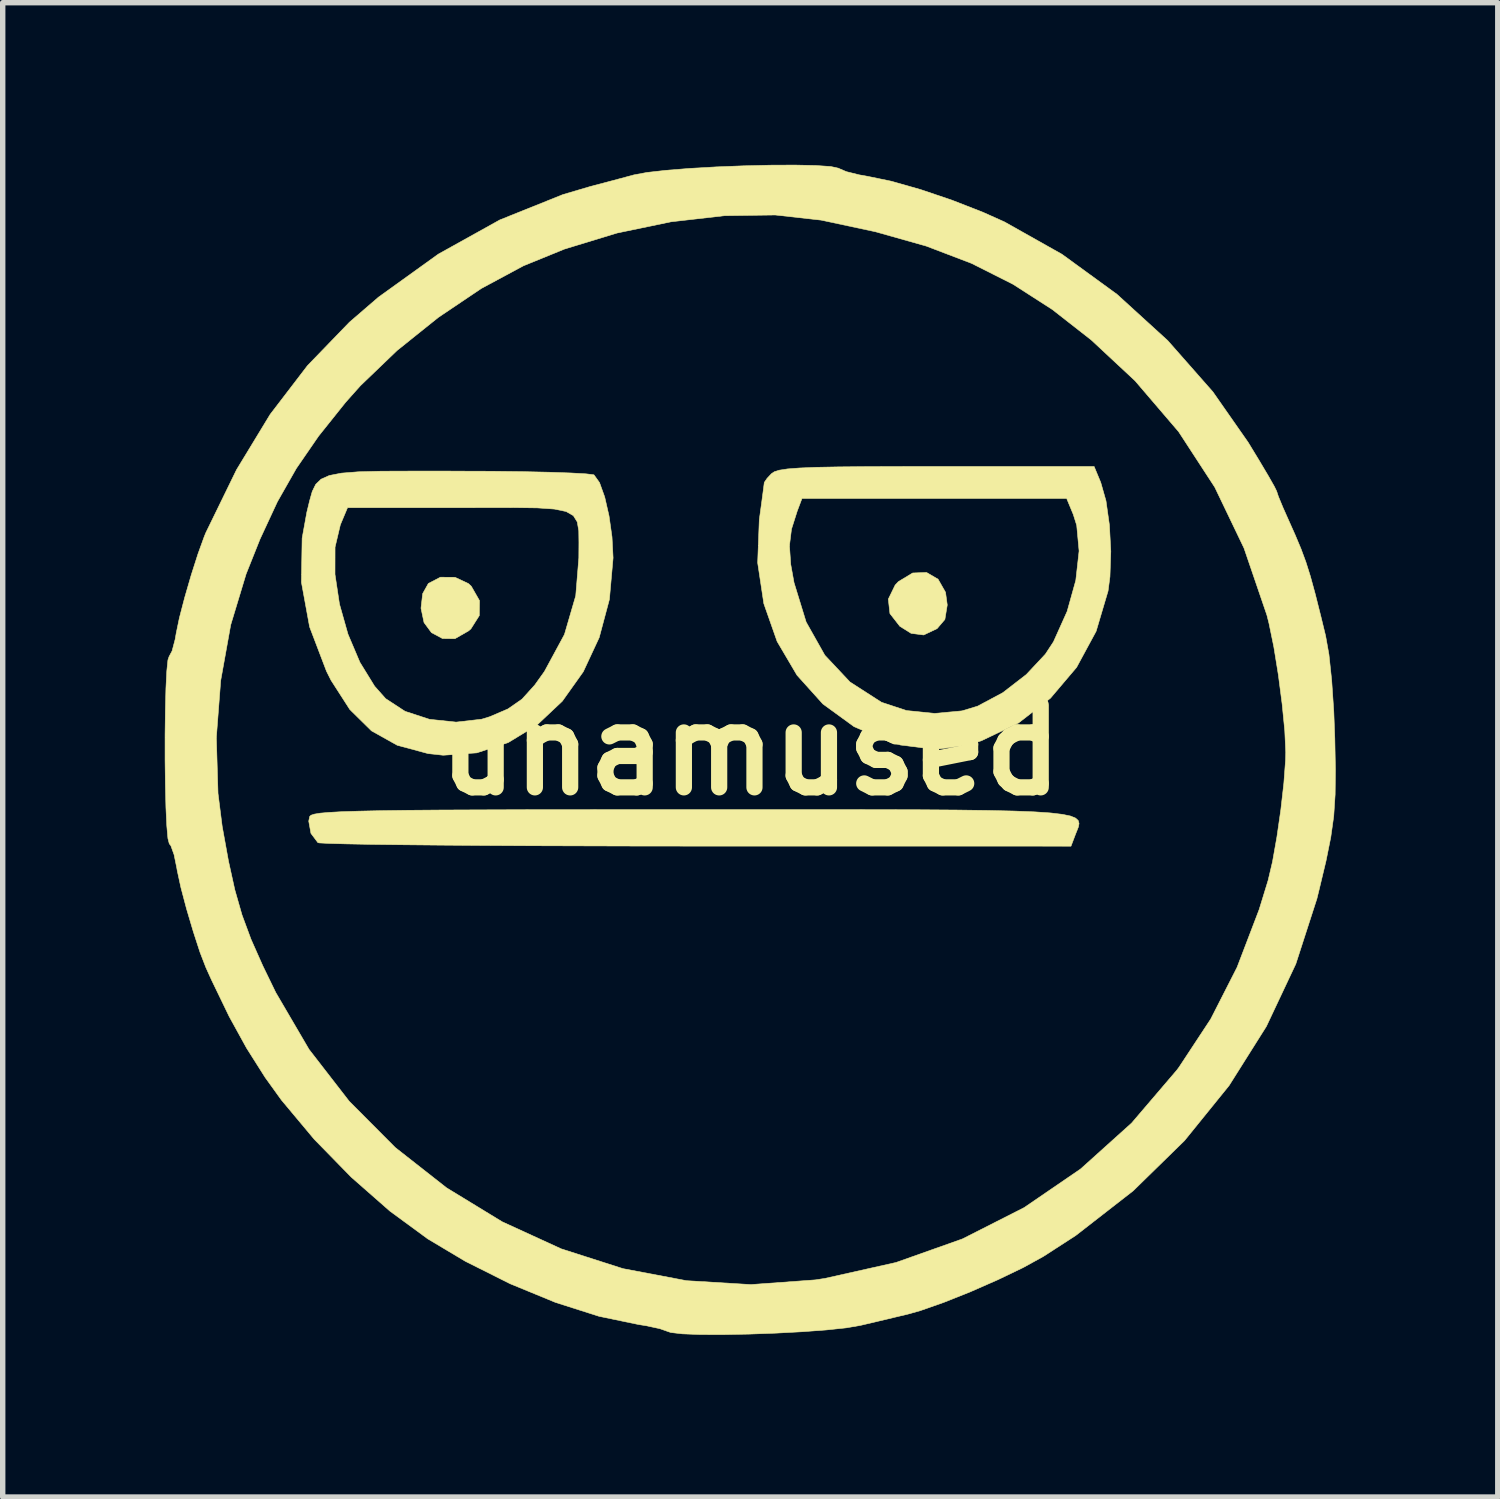
<source format=kicad_pcb>
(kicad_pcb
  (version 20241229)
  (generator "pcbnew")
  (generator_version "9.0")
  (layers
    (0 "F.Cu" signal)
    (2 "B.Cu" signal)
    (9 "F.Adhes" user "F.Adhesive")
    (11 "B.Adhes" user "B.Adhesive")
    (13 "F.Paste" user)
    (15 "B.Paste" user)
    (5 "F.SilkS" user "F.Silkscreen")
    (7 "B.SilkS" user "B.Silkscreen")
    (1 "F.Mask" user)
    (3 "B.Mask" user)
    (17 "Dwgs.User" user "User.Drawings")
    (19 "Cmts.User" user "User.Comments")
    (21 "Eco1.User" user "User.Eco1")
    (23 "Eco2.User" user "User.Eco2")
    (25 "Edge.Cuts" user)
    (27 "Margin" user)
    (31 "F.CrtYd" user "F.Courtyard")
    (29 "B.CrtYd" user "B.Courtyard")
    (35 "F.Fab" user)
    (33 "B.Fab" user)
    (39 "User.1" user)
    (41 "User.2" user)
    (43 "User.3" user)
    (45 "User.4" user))
  (footprint "unamused"
    (layer "F.Cu")
    (at 10.841 10.833)
    (property "Reference" "unamused" (at 0 0 0) (layer "F.SilkS") (effects (font (size 1.524 1.524) (thickness 0.3))))
    (attr through_hole)
    (fp_poly (pts (xy 3.471 -3.163) (xy 3.609 -2.921) (xy 3.641 -2.686) (xy 3.597 -2.418) (xy 3.452 -2.248) (xy 3.205 -2.131) (xy 2.972 -2.161) (xy 2.763 -2.292) (xy 2.58 -2.527) (xy 2.55 -2.794) (xy 2.677 -3.055) (xy 2.736 -3.118) (xy 3 -3.278) (xy 3.257 -3.288) (xy 3.471 -3.163)) (stroke (width 0.01) (type solid)) (fill yes) (layer "F.SilkS"))
    (fp_poly (pts (xy -5.469 -3.198) (xy -5.221 -3.082) (xy -5.168 -3.032) (xy -5.016 -2.766) (xy -5.02 -2.49) (xy -5.175 -2.245) (xy -5.218 -2.207) (xy -5.471 -2.062) (xy -5.701 -2.065) (xy -5.905 -2.174) (xy -6.043 -2.361) (xy -6.099 -2.626) (xy -6.068 -2.896) (xy -5.963 -3.084) (xy -5.74 -3.2) (xy -5.469 -3.198)) (stroke (width 0.01) (type solid)) (fill yes) (layer "F.SilkS"))
    (fp_poly (pts (xy 1.298 1.101) (xy 2.27 1.102) (xy 3.104 1.104) (xy 3.809 1.109) (xy 4.396 1.117) (xy 4.876 1.128) (xy 5.258 1.143) (xy 5.553 1.163) (xy 5.771 1.189) (xy 5.922 1.22) (xy 6.017 1.259) (xy 6.066 1.305) (xy 6.08 1.359) (xy 6.068 1.422) (xy 6.04 1.494) (xy 6.015 1.556) (xy 5.931 1.778) (xy -0.993 1.777) (xy -2.062 1.776) (xy -3.082 1.773) (xy -4.042 1.77) (xy -4.928 1.765) (xy -5.727 1.759) (xy -6.428 1.752) (xy -7.016 1.745) (xy -7.479 1.736) (xy -7.805 1.727) (xy -7.98 1.718) (xy -8.007 1.713) (xy -8.136 1.541) (xy -8.177 1.315) (xy -8.159 1.228) (xy -8.134 1.205) (xy -8.073 1.185) (xy -7.965 1.167) (xy -7.8 1.153) (xy -7.566 1.14) (xy -7.254 1.13) (xy -6.852 1.121) (xy -6.352 1.114) (xy -5.741 1.109) (xy -5.01 1.106) (xy -4.148 1.103) (xy -3.146 1.102) (xy -1.991 1.101) (xy -1.102 1.101) (xy 0.178 1.101) (xy 1.298 1.101)) (stroke (width 0.01) (type solid)) (fill yes) (layer "F.SilkS"))
    (fp_poly (pts (xy 6.359 -5.249) (xy 6.482 -4.953) (xy 6.579 -4.612) (xy 6.642 -4.166) (xy 6.668 -3.678) (xy 6.652 -3.209) (xy 6.617 -2.944) (xy 6.396 -2.199) (xy 6.035 -1.532) (xy 5.55 -0.96) (xy 4.958 -0.501) (xy 4.273 -0.173) (xy 4.022 -0.094) (xy 3.419 -0.013) (xy 2.776 -0.094) (xy 2.582 -0.147) (xy 1.916 -0.434) (xy 1.339 -0.854) (xy 0.86 -1.386) (xy 0.492 -2.011) (xy 0.246 -2.711) (xy 0.132 -3.467) (xy 0.144 -3.784) (xy 0.72 -3.784) (xy 0.744 -3.437) (xy 0.805 -3.099) (xy 1.029 -2.37) (xy 1.375 -1.756) (xy 1.841 -1.26) (xy 2.424 -0.885) (xy 2.886 -0.732) (xy 3.407 -0.679) (xy 3.914 -0.726) (xy 4.202 -0.813) (xy 4.668 -1.062) (xy 5.103 -1.398) (xy 5.457 -1.776) (xy 5.607 -2.005) (xy 5.86 -2.568) (xy 6.02 -3.141) (xy 6.081 -3.685) (xy 6.037 -4.16) (xy 5.973 -4.363) (xy 5.851 -4.657) (xy 0.952 -4.657) (xy 0.864 -4.424) (xy 0.758 -4.09) (xy 0.72 -3.784) (xy 0.144 -3.784) (xy 0.162 -4.259) (xy 0.166 -4.291) (xy 0.208 -4.598) (xy 0.239 -4.831) (xy 0.254 -4.948) (xy 0.254 -4.953) (xy 0.306 -5.029) (xy 0.387 -5.116) (xy 0.441 -5.152) (xy 0.533 -5.181) (xy 0.682 -5.204) (xy 0.903 -5.221) (xy 1.214 -5.234) (xy 1.631 -5.242) (xy 2.172 -5.247) (xy 2.853 -5.249) (xy 3.439 -5.249) (xy 6.359 -5.249)) (stroke (width 0.01) (type solid)) (fill yes) (layer "F.SilkS"))
    (fp_poly (pts (xy -5.583 -5.164) (xy -5.427 -5.163) (xy -4.799 -5.161) (xy -4.225 -5.154) (xy -3.725 -5.143) (xy -3.324 -5.129) (xy -3.042 -5.113) (xy -2.904 -5.096) (xy -2.896 -5.092) (xy -2.795 -4.951) (xy -2.699 -4.684) (xy -2.619 -4.334) (xy -2.564 -3.945) (xy -2.544 -3.56) (xy -2.544 -3.556) (xy -2.612 -2.79) (xy -2.801 -2.083) (xy -3.096 -1.45) (xy -3.484 -0.905) (xy -3.952 -0.464) (xy -4.484 -0.14) (xy -5.067 0.051) (xy -5.688 0.095) (xy -5.969 0.064) (xy -6.54 -0.09) (xy -7.015 -0.356) (xy -7.416 -0.751) (xy -7.764 -1.292) (xy -7.848 -1.459) (xy -8.161 -2.281) (xy -8.312 -3.106) (xy -8.31 -3.253) (xy -7.691 -3.253) (xy -7.608 -2.702) (xy -7.451 -2.146) (xy -7.23 -1.625) (xy -6.958 -1.183) (xy -6.754 -0.953) (xy -6.395 -0.718) (xy -5.942 -0.57) (xy -5.45 -0.518) (xy -4.976 -0.572) (xy -4.826 -0.618) (xy -4.49 -0.762) (xy -4.23 -0.943) (xy -3.994 -1.204) (xy -3.814 -1.456) (xy -3.444 -2.14) (xy -3.235 -2.857) (xy -3.178 -3.556) (xy -3.176 -3.839) (xy -3.179 -4.059) (xy -3.207 -4.223) (xy -3.279 -4.339) (xy -3.413 -4.416) (xy -3.629 -4.461) (xy -3.946 -4.483) (xy -4.383 -4.489) (xy -4.958 -4.488) (xy -5.378 -4.487) (xy -7.459 -4.487) (xy -7.592 -4.17) (xy -7.69 -3.756) (xy -7.691 -3.253) (xy -8.31 -3.253) (xy -8.299 -3.922) (xy -8.212 -4.403) (xy -8.16 -4.617) (xy -8.112 -4.787) (xy -8.048 -4.918) (xy -7.949 -5.014) (xy -7.797 -5.082) (xy -7.573 -5.126) (xy -7.259 -5.151) (xy -6.835 -5.162) (xy -6.282 -5.164) (xy -5.583 -5.164)) (stroke (width 0.01) (type solid)) (fill yes) (layer "F.SilkS"))
    (fp_poly (pts (xy 1.205 -10.82) (xy 1.485 -10.801) (xy 1.631 -10.769) (xy 1.638 -10.764) (xy 1.774 -10.706) (xy 2.012 -10.647) (xy 2.159 -10.621) (xy 2.605 -10.529) (xy 3.147 -10.375) (xy 3.729 -10.178) (xy 4.298 -9.956) (xy 4.698 -9.777) (xy 5.764 -9.177) (xy 6.782 -8.436) (xy 7.722 -7.579) (xy 8.556 -6.632) (xy 9.21 -5.696) (xy 9.415 -5.359) (xy 9.583 -5.076) (xy 9.696 -4.877) (xy 9.737 -4.793) (xy 9.769 -4.696) (xy 9.852 -4.495) (xy 9.939 -4.299) (xy 10.08 -3.983) (xy 10.189 -3.723) (xy 10.279 -3.48) (xy 10.362 -3.216) (xy 10.451 -2.891) (xy 10.558 -2.466) (xy 10.643 -2.117) (xy 10.705 -1.771) (xy 10.756 -1.291) (xy 10.795 -0.712) (xy 10.814 -0.212) (xy 10.825 0.36) (xy 10.82 0.82) (xy 10.794 1.221) (xy 10.739 1.614) (xy 10.651 2.051) (xy 10.523 2.585) (xy 10.482 2.752) (xy 10.092 3.958) (xy 9.547 5.114) (xy 8.857 6.209) (xy 8.032 7.228) (xy 7.082 8.157) (xy 6.019 8.984) (xy 5.419 9.372) (xy 5.045 9.578) (xy 4.579 9.802) (xy 4.073 10.024) (xy 3.577 10.222) (xy 3.144 10.374) (xy 2.921 10.437) (xy 2.653 10.501) (xy 2.305 10.584) (xy 2.032 10.648) (xy 1.771 10.693) (xy 1.401 10.732) (xy 0.955 10.765) (xy 0.466 10.791) (xy -0.032 10.809) (xy -0.509 10.818) (xy -0.93 10.817) (xy -1.263 10.804) (xy -1.475 10.779) (xy -1.524 10.763) (xy -1.679 10.708) (xy -1.931 10.654) (xy -2.074 10.631) (xy -2.805 10.479) (xy -3.611 10.222) (xy -4.449 9.877) (xy -5.279 9.461) (xy -5.973 9.047) (xy -6.675 8.532) (xy -7.391 7.903) (xy -8.075 7.203) (xy -8.682 6.477) (xy -8.983 6.059) (xy -9.328 5.514) (xy -9.65 4.929) (xy -9.978 4.25) (xy -10.081 4.022) (xy -10.189 3.742) (xy -10.313 3.361) (xy -10.438 2.94) (xy -10.543 2.543) (xy -10.611 2.229) (xy -10.619 2.182) (xy -10.669 1.936) (xy -10.729 1.769) (xy -10.758 1.733) (xy -10.783 1.636) (xy -10.804 1.401) (xy -10.82 1.06) (xy -10.83 0.644) (xy -10.836 0.184) (xy -10.836 -0.232) (xy -9.887 -0.232) (xy -9.856 0.802) (xy -9.779 1.41) (xy -9.662 2.056) (xy -9.545 2.586) (xy -9.412 3.051) (xy -9.245 3.502) (xy -9.027 3.993) (xy -8.787 4.487) (xy -8.171 5.54) (xy -7.428 6.499) (xy -6.575 7.356) (xy -5.625 8.102) (xy -4.596 8.73) (xy -3.503 9.231) (xy -2.361 9.597) (xy -1.185 9.82) (xy 0.007 9.892) (xy 1.201 9.805) (xy 1.376 9.778) (xy 2.693 9.483) (xy 3.924 9.046) (xy 5.063 8.468) (xy 6.108 7.753) (xy 7.052 6.904) (xy 7.891 5.922) (xy 7.933 5.865) (xy 8.517 4.978) (xy 9.005 4.02) (xy 9.413 2.953) (xy 9.579 2.413) (xy 9.661 2.065) (xy 9.742 1.608) (xy 9.815 1.102) (xy 9.871 0.609) (xy 9.902 0.189) (xy 9.906 0.041) (xy 9.888 -0.355) (xy 9.839 -0.853) (xy 9.769 -1.392) (xy 9.685 -1.911) (xy 9.595 -2.348) (xy 9.557 -2.498) (xy 9.133 -3.739) (xy 8.592 -4.866) (xy 7.923 -5.893) (xy 7.117 -6.835) (xy 6.308 -7.589) (xy 5.586 -8.154) (xy 4.858 -8.622) (xy 4.092 -9.008) (xy 3.254 -9.328) (xy 2.311 -9.594) (xy 1.307 -9.809) (xy 0.457 -9.904) (xy -0.482 -9.891) (xy -1.471 -9.778) (xy -2.471 -9.57) (xy -3.444 -9.273) (xy -4.204 -8.963) (xy -4.983 -8.544) (xy -5.779 -8.008) (xy -6.542 -7.396) (xy -7.22 -6.745) (xy -7.493 -6.439) (xy -7.995 -5.811) (xy -8.406 -5.214) (xy -8.757 -4.597) (xy -9.078 -3.906) (xy -9.336 -3.26) (xy -9.621 -2.318) (xy -9.806 -1.29) (xy -9.887 -0.232) (xy -10.836 -0.232) (xy -10.836 -0.288) (xy -10.83 -0.74) (xy -10.82 -1.142) (xy -10.804 -1.462) (xy -10.783 -1.668) (xy -10.762 -1.73) (xy -10.706 -1.835) (xy -10.65 -2.047) (xy -10.629 -2.167) (xy -10.571 -2.446) (xy -10.473 -2.823) (xy -10.352 -3.24) (xy -10.225 -3.636) (xy -10.111 -3.951) (xy -10.082 -4.022) (xy -9.513 -5.189) (xy -8.891 -6.213) (xy -8.2 -7.116) (xy -7.423 -7.92) (xy -6.886 -8.383) (xy -5.778 -9.18) (xy -4.64 -9.813) (xy -3.475 -10.281) (xy -2.963 -10.432) (xy -2.715 -10.497) (xy -2.389 -10.584) (xy -2.159 -10.646) (xy -1.918 -10.691) (xy -1.563 -10.731) (xy -1.127 -10.766) (xy -0.639 -10.794) (xy -0.131 -10.814) (xy 0.366 -10.826) (xy 0.822 -10.828) (xy 1.205 -10.82)) (stroke (width 0.01) (type solid)) (fill yes) (layer "F.SilkS")))
  (gr_rect
    (start -3 -3)
    (end 24.671 24.657)
    (stroke (width 0.1) (type default))
    (fill no)
    (layer "Edge.Cuts")))
</source>
